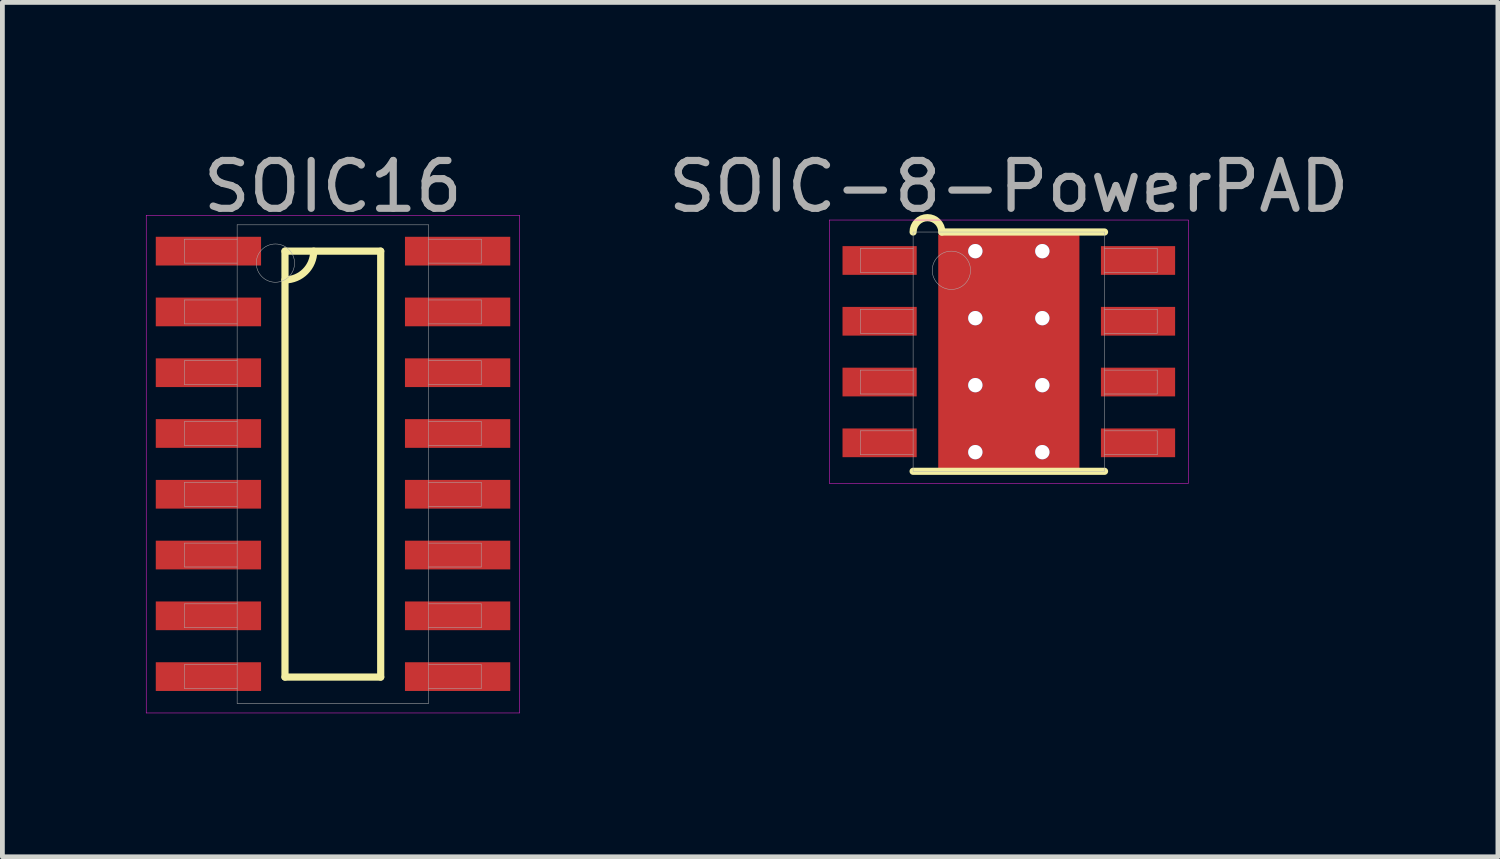
<source format=kicad_pcb>
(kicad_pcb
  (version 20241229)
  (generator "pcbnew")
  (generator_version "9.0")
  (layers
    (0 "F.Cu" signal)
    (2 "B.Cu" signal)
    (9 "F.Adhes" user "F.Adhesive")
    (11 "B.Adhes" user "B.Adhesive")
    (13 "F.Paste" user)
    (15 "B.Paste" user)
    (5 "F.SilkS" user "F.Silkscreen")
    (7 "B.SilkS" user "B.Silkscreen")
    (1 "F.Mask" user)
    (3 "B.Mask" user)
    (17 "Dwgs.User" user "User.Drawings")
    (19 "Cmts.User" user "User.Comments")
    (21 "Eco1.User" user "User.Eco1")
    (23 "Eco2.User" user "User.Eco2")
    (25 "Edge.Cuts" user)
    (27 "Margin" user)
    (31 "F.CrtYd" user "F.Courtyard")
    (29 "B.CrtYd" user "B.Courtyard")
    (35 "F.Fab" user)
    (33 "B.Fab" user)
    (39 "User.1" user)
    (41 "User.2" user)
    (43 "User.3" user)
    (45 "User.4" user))
  (footprint "SOIC-8-PowerPAD"
    (layer "F.Cu")
    (at 18.03 4.298)
    (property "Reference" "SOIC-8-PowerPAD" (at 0 -3.45 0) (layer "F.Fab") (effects (font (size 1 1) (thickness 0.15))))
    (attr smd)
    (fp_line (start -2 2.5) (end 2 2.5) (stroke (width 0.15) (type solid)) (layer "F.SilkS"))
    (fp_line (start -1.4 -2.5) (end 2 -2.5) (stroke (width 0.15) (type solid)) (layer "F.SilkS"))
    (fp_arc (start -2 -2.5) (mid -1.7 -2.8) (end -1.4 -2.5) (stroke (width 0.15) (type solid)) (layer "F.SilkS"))
    (fp_line (start -3.75 -2.75) (end 3.75 -2.75) (stroke (width 0.01) (type solid)) (layer "F.CrtYd"))
    (fp_line (start -3.75 2.75) (end -3.75 -2.75) (stroke (width 0.01) (type solid)) (layer "F.CrtYd"))
    (fp_line (start 3.75 -2.75) (end 3.75 2.75) (stroke (width 0.01) (type solid)) (layer "F.CrtYd"))
    (fp_line (start 3.75 2.75) (end -3.75 2.75) (stroke (width 0.01) (type solid)) (layer "F.CrtYd"))
    (fp_line (start -3.1 -2.155) (end -2 -2.155) (stroke (width 0.01) (type solid)) (layer "F.Fab"))
    (fp_line (start -3.1 -1.655) (end -3.1 -2.155) (stroke (width 0.01) (type solid)) (layer "F.Fab"))
    (fp_line (start -3.1 -0.885) (end -2 -0.885) (stroke (width 0.01) (type solid)) (layer "F.Fab"))
    (fp_line (start -3.1 -0.385) (end -3.1 -0.885) (stroke (width 0.01) (type solid)) (layer "F.Fab"))
    (fp_line (start -3.1 0.385) (end -2 0.385) (stroke (width 0.01) (type solid)) (layer "F.Fab"))
    (fp_line (start -3.1 0.885) (end -3.1 0.385) (stroke (width 0.01) (type solid)) (layer "F.Fab"))
    (fp_line (start -3.1 1.655) (end -2 1.655) (stroke (width 0.01) (type solid)) (layer "F.Fab"))
    (fp_line (start -3.1 2.155) (end -3.1 1.655) (stroke (width 0.01) (type solid)) (layer "F.Fab"))
    (fp_line (start -2 -2.5) (end 2 -2.5) (stroke (width 0.01) (type solid)) (layer "F.Fab"))
    (fp_line (start -2 -1.655) (end -3.1 -1.655) (stroke (width 0.01) (type solid)) (layer "F.Fab"))
    (fp_line (start -2 -0.385) (end -3.1 -0.385) (stroke (width 0.01) (type solid)) (layer "F.Fab"))
    (fp_line (start -2 0.885) (end -3.1 0.885) (stroke (width 0.01) (type solid)) (layer "F.Fab"))
    (fp_line (start -2 2.155) (end -3.1 2.155) (stroke (width 0.01) (type solid)) (layer "F.Fab"))
    (fp_line (start -2 2.5) (end -2 -2.5) (stroke (width 0.01) (type solid)) (layer "F.Fab"))
    (fp_line (start 2 -2.5) (end 2 2.5) (stroke (width 0.01) (type solid)) (layer "F.Fab"))
    (fp_line (start 2 -2.155) (end 3.1 -2.155) (stroke (width 0.01) (type solid)) (layer "F.Fab"))
    (fp_line (start 2 -0.885) (end 3.1 -0.885) (stroke (width 0.01) (type solid)) (layer "F.Fab"))
    (fp_line (start 2 0.385) (end 3.1 0.385) (stroke (width 0.01) (type solid)) (layer "F.Fab"))
    (fp_line (start 2 1.655) (end 3.1 1.655) (stroke (width 0.01) (type solid)) (layer "F.Fab"))
    (fp_line (start 2 2.5) (end -2 2.5) (stroke (width 0.01) (type solid)) (layer "F.Fab"))
    (fp_line (start 3.1 -2.155) (end 3.1 -1.655) (stroke (width 0.01) (type solid)) (layer "F.Fab"))
    (fp_line (start 3.1 -1.655) (end 2 -1.655) (stroke (width 0.01) (type solid)) (layer "F.Fab"))
    (fp_line (start 3.1 -0.885) (end 3.1 -0.385) (stroke (width 0.01) (type solid)) (layer "F.Fab"))
    (fp_line (start 3.1 -0.385) (end 2 -0.385) (stroke (width 0.01) (type solid)) (layer "F.Fab"))
    (fp_line (start 3.1 0.385) (end 3.1 0.885) (stroke (width 0.01) (type solid)) (layer "F.Fab"))
    (fp_line (start 3.1 0.885) (end 2 0.885) (stroke (width 0.01) (type solid)) (layer "F.Fab"))
    (fp_line (start 3.1 1.655) (end 3.1 2.155) (stroke (width 0.01) (type solid)) (layer "F.Fab"))
    (fp_line (start 3.1 2.155) (end 2 2.155) (stroke (width 0.01) (type solid)) (layer "F.Fab"))
    (fp_circle (center -1.2 -1.7) (end -1.2 -1.3) (stroke (width 0.01) (type solid)) (fill no) (layer "F.Fab"))
    (pad "" smd rect (at 0 0) (size 2.6 3.1) (layers "F.Mask"))
    (pad "" smd rect (at 0 0) (size 2.6 3.1) (layers "F.Paste"))
    (pad "1" smd rect (at -2.7 -1.905) (size 1.55 0.6) (layers "F.Cu" "F.Mask" "F.Paste"))
    (pad "2" smd rect (at -2.7 -0.635) (size 1.55 0.6) (layers "F.Cu" "F.Mask" "F.Paste"))
    (pad "3" smd rect (at -2.7 0.635) (size 1.55 0.6) (layers "F.Cu" "F.Mask" "F.Paste"))
    (pad "4" smd rect (at -2.7 1.905) (size 1.55 0.6) (layers "F.Cu" "F.Mask" "F.Paste"))
    (pad "5" smd rect (at 2.7 1.905) (size 1.55 0.6) (layers "F.Cu" "F.Mask" "F.Paste"))
    (pad "6" smd rect (at 2.7 0.635) (size 1.55 0.6) (layers "F.Cu" "F.Mask" "F.Paste"))
    (pad "7" smd rect (at 2.7 -0.635) (size 1.55 0.6) (layers "F.Cu" "F.Mask" "F.Paste"))
    (pad "8" smd rect (at 2.7 -1.905) (size 1.55 0.6) (layers "F.Cu" "F.Mask" "F.Paste"))
    (pad "EP" thru_hole circle (at -0.7 -2.1) (size 0.3 0.3) (drill 0.3) (layers "*.Cu"))
    (pad "EP" thru_hole circle (at -0.7 -0.7) (size 0.3 0.3) (drill 0.3) (layers "*.Cu"))
    (pad "EP" thru_hole circle (at -0.7 0.7) (size 0.3 0.3) (drill 0.3) (layers "*.Cu"))
    (pad "EP" thru_hole circle (at -0.7 2.1) (size 0.3 0.3) (drill 0.3) (layers "*.Cu"))
    (pad "EP" smd rect (at 0 0) (size 2.95 4.9) (layers "F.Cu"))
    (pad "EP" thru_hole circle (at 0.7 -2.1) (size 0.3 0.3) (drill 0.3) (layers "*.Cu"))
    (pad "EP" thru_hole circle (at 0.7 -0.7) (size 0.3 0.3) (drill 0.3) (layers "*.Cu"))
    (pad "EP" thru_hole circle (at 0.7 0.7) (size 0.3 0.3) (drill 0.3) (layers "*.Cu"))
    (pad "EP" thru_hole circle (at 0.7 2.1) (size 0.3 0.3) (drill 0.3) (layers "*.Cu")))
  (footprint "SOIC16"
    (layer "F.Cu")
    (at 3.905 6.648)
    (property "Reference" "SOIC16" (at 0 -5.8 0) (layer "F.Fab") (effects (font (size 1 1) (thickness 0.15))))
    (attr through_hole)
    (fp_line (start -1 -4.45) (end 1 -4.45) (stroke (width 0.15) (type solid)) (layer "F.SilkS"))
    (fp_line (start -1 4.45) (end -1 -4.45) (stroke (width 0.15) (type solid)) (layer "F.SilkS"))
    (fp_line (start 1 -4.45) (end 1 4.45) (stroke (width 0.15) (type solid)) (layer "F.SilkS"))
    (fp_line (start 1 4.45) (end -1 4.45) (stroke (width 0.15) (type solid)) (layer "F.SilkS"))
    (fp_arc (start -0.4 -4.45) (mid -0.575736 -4.025736) (end -1 -3.85) (stroke (width 0.15) (type solid)) (layer "F.SilkS"))
    (fp_line (start -3.9 -5.2) (end 3.9 -5.2) (stroke (width 0.01) (type solid)) (layer "F.CrtYd"))
    (fp_line (start -3.9 5.2) (end -3.9 -5.2) (stroke (width 0.01) (type solid)) (layer "F.CrtYd"))
    (fp_line (start 3.9 -5.2) (end 3.9 5.2) (stroke (width 0.01) (type solid)) (layer "F.CrtYd"))
    (fp_line (start 3.9 5.2) (end -3.9 5.2) (stroke (width 0.01) (type solid)) (layer "F.CrtYd"))
    (fp_line (start -3.1 -4.7) (end -3.1 -4.2) (stroke (width 0.01) (type solid)) (layer "F.Fab"))
    (fp_line (start -3.1 -4.2) (end -2 -4.2) (stroke (width 0.01) (type solid)) (layer "F.Fab"))
    (fp_line (start -3.1 -3.43) (end -3.1 -2.93) (stroke (width 0.01) (type solid)) (layer "F.Fab"))
    (fp_line (start -3.1 -2.93) (end -2 -2.93) (stroke (width 0.01) (type solid)) (layer "F.Fab"))
    (fp_line (start -3.1 -2.16) (end -3.1 -1.66) (stroke (width 0.01) (type solid)) (layer "F.Fab"))
    (fp_line (start -3.1 -1.66) (end -2 -1.66) (stroke (width 0.01) (type solid)) (layer "F.Fab"))
    (fp_line (start -3.1 -0.89) (end -3.1 -0.39) (stroke (width 0.01) (type solid)) (layer "F.Fab"))
    (fp_line (start -3.1 -0.39) (end -2 -0.39) (stroke (width 0.01) (type solid)) (layer "F.Fab"))
    (fp_line (start -3.1 0.38) (end -3.1 0.88) (stroke (width 0.01) (type solid)) (layer "F.Fab"))
    (fp_line (start -3.1 0.88) (end -2 0.88) (stroke (width 0.01) (type solid)) (layer "F.Fab"))
    (fp_line (start -3.1 1.65) (end -3.1 2.15) (stroke (width 0.01) (type solid)) (layer "F.Fab"))
    (fp_line (start -3.1 2.15) (end -2 2.15) (stroke (width 0.01) (type solid)) (layer "F.Fab"))
    (fp_line (start -3.1 2.92) (end -3.1 3.42) (stroke (width 0.01) (type solid)) (layer "F.Fab"))
    (fp_line (start -3.1 3.42) (end -2 3.42) (stroke (width 0.01) (type solid)) (layer "F.Fab"))
    (fp_line (start -3.1 4.19) (end -3.1 4.69) (stroke (width 0.01) (type solid)) (layer "F.Fab"))
    (fp_line (start -3.1 4.69) (end -2 4.69) (stroke (width 0.01) (type solid)) (layer "F.Fab"))
    (fp_line (start -2 -5) (end -2 5) (stroke (width 0.01) (type solid)) (layer "F.Fab"))
    (fp_line (start -2 -4.7) (end -3.1 -4.7) (stroke (width 0.01) (type solid)) (layer "F.Fab"))
    (fp_line (start -2 -3.43) (end -3.1 -3.43) (stroke (width 0.01) (type solid)) (layer "F.Fab"))
    (fp_line (start -2 -2.16) (end -3.1 -2.16) (stroke (width 0.01) (type solid)) (layer "F.Fab"))
    (fp_line (start -2 -0.89) (end -3.1 -0.89) (stroke (width 0.01) (type solid)) (layer "F.Fab"))
    (fp_line (start -2 0.38) (end -3.1 0.38) (stroke (width 0.01) (type solid)) (layer "F.Fab"))
    (fp_line (start -2 1.65) (end -3.1 1.65) (stroke (width 0.01) (type solid)) (layer "F.Fab"))
    (fp_line (start -2 2.92) (end -3.1 2.92) (stroke (width 0.01) (type solid)) (layer "F.Fab"))
    (fp_line (start -2 4.19) (end -3.1 4.19) (stroke (width 0.01) (type solid)) (layer "F.Fab"))
    (fp_line (start -2 5) (end 2 5) (stroke (width 0.01) (type solid)) (layer "F.Fab"))
    (fp_line (start 2 -5) (end -2 -5) (stroke (width 0.01) (type solid)) (layer "F.Fab"))
    (fp_line (start 2 -4.2) (end 3.1 -4.2) (stroke (width 0.01) (type solid)) (layer "F.Fab"))
    (fp_line (start 2 -2.93) (end 3.1 -2.93) (stroke (width 0.01) (type solid)) (layer "F.Fab"))
    (fp_line (start 2 -1.66) (end 3.1 -1.66) (stroke (width 0.01) (type solid)) (layer "F.Fab"))
    (fp_line (start 2 -0.39) (end 3.1 -0.39) (stroke (width 0.01) (type solid)) (layer "F.Fab"))
    (fp_line (start 2 0.88) (end 3.1 0.88) (stroke (width 0.01) (type solid)) (layer "F.Fab"))
    (fp_line (start 2 2.15) (end 3.1 2.15) (stroke (width 0.01) (type solid)) (layer "F.Fab"))
    (fp_line (start 2 3.42) (end 3.1 3.42) (stroke (width 0.01) (type solid)) (layer "F.Fab"))
    (fp_line (start 2 4.69) (end 3.1 4.69) (stroke (width 0.01) (type solid)) (layer "F.Fab"))
    (fp_line (start 2 5) (end 2 -5) (stroke (width 0.01) (type solid)) (layer "F.Fab"))
    (fp_line (start 3.1 -4.7) (end 2 -4.7) (stroke (width 0.01) (type solid)) (layer "F.Fab"))
    (fp_line (start 3.1 -4.2) (end 3.1 -4.7) (stroke (width 0.01) (type solid)) (layer "F.Fab"))
    (fp_line (start 3.1 -3.43) (end 2 -3.43) (stroke (width 0.01) (type solid)) (layer "F.Fab"))
    (fp_line (start 3.1 -2.93) (end 3.1 -3.43) (stroke (width 0.01) (type solid)) (layer "F.Fab"))
    (fp_line (start 3.1 -2.16) (end 2 -2.16) (stroke (width 0.01) (type solid)) (layer "F.Fab"))
    (fp_line (start 3.1 -1.66) (end 3.1 -2.16) (stroke (width 0.01) (type solid)) (layer "F.Fab"))
    (fp_line (start 3.1 -0.89) (end 2 -0.89) (stroke (width 0.01) (type solid)) (layer "F.Fab"))
    (fp_line (start 3.1 -0.39) (end 3.1 -0.89) (stroke (width 0.01) (type solid)) (layer "F.Fab"))
    (fp_line (start 3.1 0.38) (end 2 0.38) (stroke (width 0.01) (type solid)) (layer "F.Fab"))
    (fp_line (start 3.1 0.88) (end 3.1 0.38) (stroke (width 0.01) (type solid)) (layer "F.Fab"))
    (fp_line (start 3.1 1.65) (end 2 1.65) (stroke (width 0.01) (type solid)) (layer "F.Fab"))
    (fp_line (start 3.1 2.15) (end 3.1 1.65) (stroke (width 0.01) (type solid)) (layer "F.Fab"))
    (fp_line (start 3.1 2.92) (end 2 2.92) (stroke (width 0.01) (type solid)) (layer "F.Fab"))
    (fp_line (start 3.1 3.42) (end 3.1 2.92) (stroke (width 0.01) (type solid)) (layer "F.Fab"))
    (fp_line (start 3.1 4.19) (end 2 4.19) (stroke (width 0.01) (type solid)) (layer "F.Fab"))
    (fp_line (start 3.1 4.69) (end 3.1 4.19) (stroke (width 0.01) (type solid)) (layer "F.Fab"))
    (fp_circle (center -1.2 -4.2) (end -1.2 -4.6) (stroke (width 0.01) (type solid)) (fill no) (layer "F.Fab"))
    (pad "1" smd rect (at -2.6 -4.45) (size 2.2 0.6) (layers "F.Cu" "F.Mask" "F.Paste"))
    (pad "2" smd rect (at -2.6 -3.18) (size 2.2 0.6) (layers "F.Cu" "F.Mask" "F.Paste"))
    (pad "3" smd rect (at -2.6 -1.91) (size 2.2 0.6) (layers "F.Cu" "F.Mask" "F.Paste"))
    (pad "4" smd rect (at -2.6 -0.64) (size 2.2 0.6) (layers "F.Cu" "F.Mask" "F.Paste"))
    (pad "5" smd rect (at -2.6 0.63) (size 2.2 0.6) (layers "F.Cu" "F.Mask" "F.Paste"))
    (pad "6" smd rect (at -2.6 1.9) (size 2.2 0.6) (layers "F.Cu" "F.Mask" "F.Paste"))
    (pad "7" smd rect (at -2.6 3.17) (size 2.2 0.6) (layers "F.Cu" "F.Mask" "F.Paste"))
    (pad "8" smd rect (at -2.6 4.44) (size 2.2 0.6) (layers "F.Cu" "F.Mask" "F.Paste"))
    (pad "9" smd rect (at 2.607 4.44) (size 2.2 0.6) (layers "F.Cu" "F.Mask" "F.Paste"))
    (pad "10" smd rect (at 2.607 3.17) (size 2.2 0.6) (layers "F.Cu" "F.Mask" "F.Paste"))
    (pad "11" smd rect (at 2.607 1.9) (size 2.2 0.6) (layers "F.Cu" "F.Mask" "F.Paste"))
    (pad "12" smd rect (at 2.607 0.63) (size 2.2 0.6) (layers "F.Cu" "F.Mask" "F.Paste"))
    (pad "13" smd rect (at 2.607 -0.64) (size 2.2 0.6) (layers "F.Cu" "F.Mask" "F.Paste"))
    (pad "14" smd rect (at 2.607 -1.91) (size 2.2 0.6) (layers "F.Cu" "F.Mask" "F.Paste"))
    (pad "15" smd rect (at 2.607 -3.18) (size 2.2 0.6) (layers "F.Cu" "F.Mask" "F.Paste"))
    (pad "16" smd rect (at 2.607 -4.45) (size 2.2 0.6) (layers "F.Cu" "F.Mask" "F.Paste")))
  (gr_rect
    (start -3 -3)
    (end 28.25 14.853)
    (stroke (width 0.1) (type default))
    (fill no)
    (layer "Edge.Cuts")))
</source>
